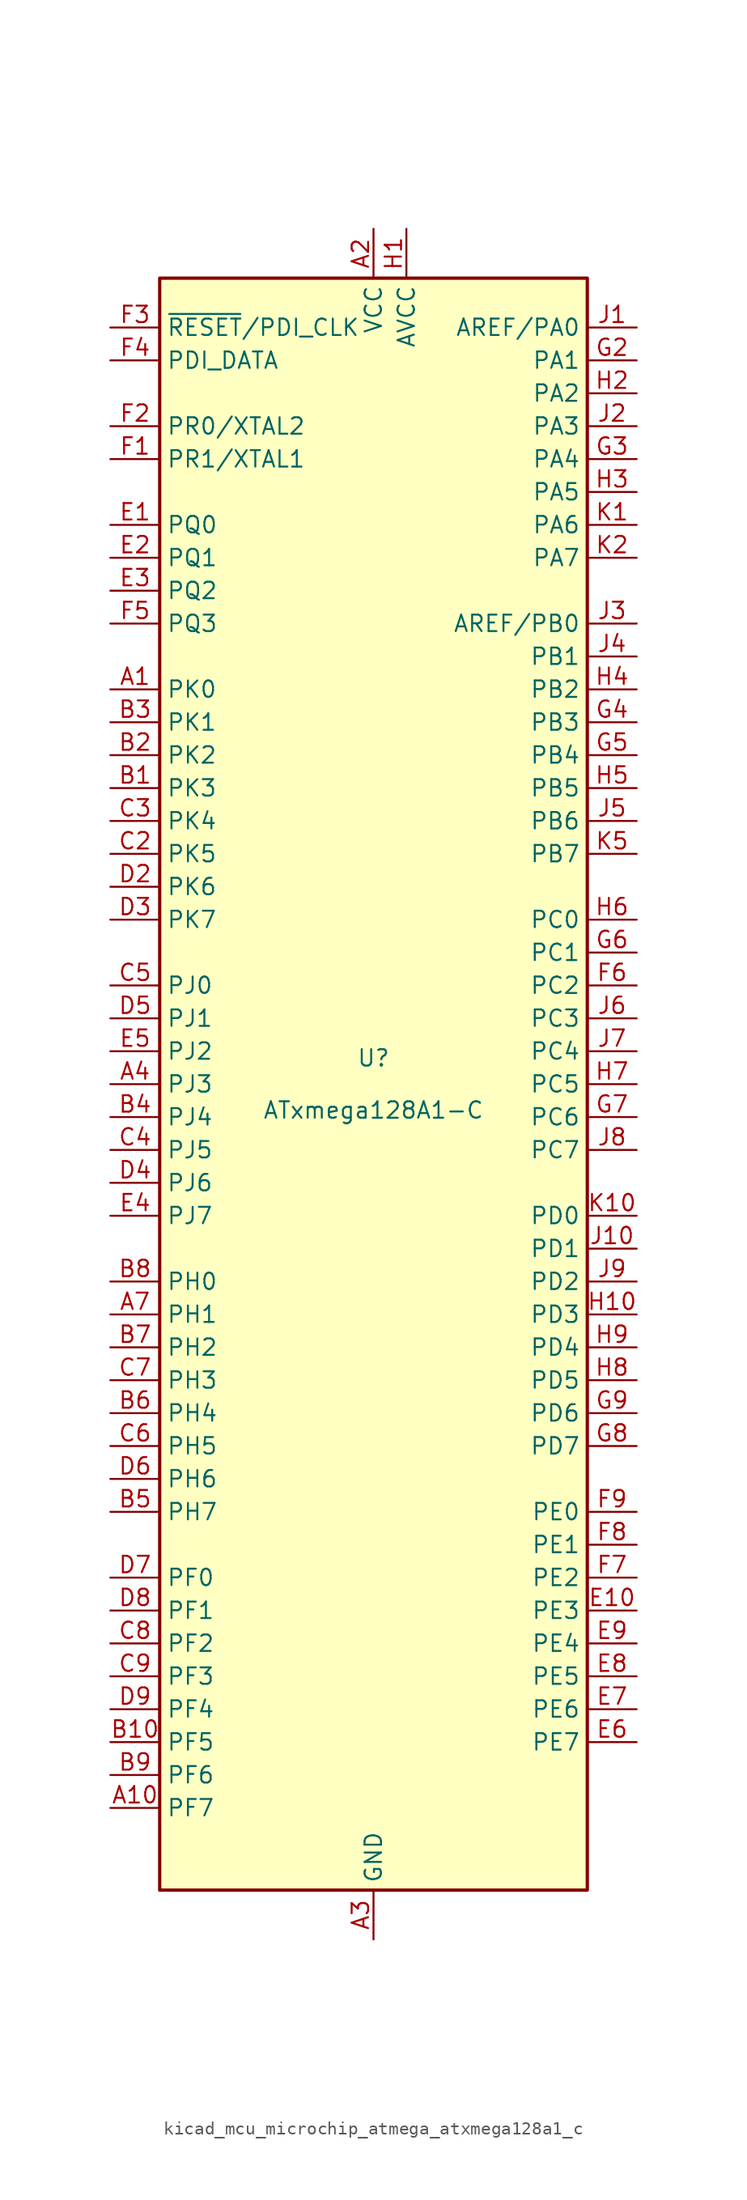
<source format=kicad_sym>
(kicad_symbol_lib
  (version 20220914)
  (generator kicad_symbol_editor)
  (symbol "kicad_mcu_microchip_atmega_atxmega128a1_c"
    (property "Reference" "U"
      (at 0 1.27 0)
      (effects (font (size 1.27 1.27)) (justify bottom)))
    (property "Value" "ATxmega128A1-C"
      (at 0 -1.27 0)
      (effects (font (size 1.27 1.27)) (justify top)))
    (symbol "kicad_mcu_microchip_atmega_atxmega128a1_c_0_1"
      (rectangle (start -16.51 -62.23) (end 16.51 62.23) (stroke (width 0.254) (type default)) (fill (type background))))
    (symbol "kicad_mcu_microchip_atmega_atxmega128a1_c_1_1"
      (pin bidirectional line (at -20.32 30.48 0) (length 3.81) (name "PK0" (effects (font (size 1.27 1.27)))) (number "A1" (effects (font (size 1.27 1.27)))))
      (pin bidirectional line (at -20.32 -55.88 0) (length 3.81) (name "PF7" (effects (font (size 1.27 1.27)))) (number "A10" (effects (font (size 1.27 1.27)))))
      (pin power_in line (at 0 66.04 270) (length 3.81) (name "VCC" (effects (font (size 1.27 1.27)))) (number "A2" (effects (font (size 1.27 1.27)))))
      (pin power_in line (at 0 -66.04 90) (length 3.81) (name "GND" (effects (font (size 1.27 1.27)))) (number "A3" (effects (font (size 1.27 1.27)))))
      (pin bidirectional line (at -20.32 0 0) (length 3.81) (name "PJ3" (effects (font (size 1.27 1.27)))) (number "A4" (effects (font (size 1.27 1.27)))))
      (pin passive line (at 0 66.04 270) (length 3.81) hide (name "VCC" (effects (font (size 1.27 1.27)))) (number "A5" (effects (font (size 1.27 1.27)))))
      (pin passive line (at 0 -66.04 90) (length 3.81) hide (name "GND" (effects (font (size 1.27 1.27)))) (number "A6" (effects (font (size 1.27 1.27)))))
      (pin bidirectional line (at -20.32 -17.78 0) (length 3.81) (name "PH1" (effects (font (size 1.27 1.27)))) (number "A7" (effects (font (size 1.27 1.27)))))
      (pin passive line (at 0 -66.04 90) (length 3.81) hide (name "GND" (effects (font (size 1.27 1.27)))) (number "A8" (effects (font (size 1.27 1.27)))))
      (pin passive line (at 0 66.04 270) (length 3.81) hide (name "VCC" (effects (font (size 1.27 1.27)))) (number "A9" (effects (font (size 1.27 1.27)))))
      (pin bidirectional line (at -20.32 22.86 0) (length 3.81) (name "PK3" (effects (font (size 1.27 1.27)))) (number "B1" (effects (font (size 1.27 1.27)))))
      (pin bidirectional line (at -20.32 -50.8 0) (length 3.81) (name "PF5" (effects (font (size 1.27 1.27)))) (number "B10" (effects (font (size 1.27 1.27)))))
      (pin bidirectional line (at -20.32 25.4 0) (length 3.81) (name "PK2" (effects (font (size 1.27 1.27)))) (number "B2" (effects (font (size 1.27 1.27)))))
      (pin bidirectional line (at -20.32 27.94 0) (length 3.81) (name "PK1" (effects (font (size 1.27 1.27)))) (number "B3" (effects (font (size 1.27 1.27)))))
      (pin bidirectional line (at -20.32 -2.54 0) (length 3.81) (name "PJ4" (effects (font (size 1.27 1.27)))) (number "B4" (effects (font (size 1.27 1.27)))))
      (pin bidirectional line (at -20.32 -33.02 0) (length 3.81) (name "PH7" (effects (font (size 1.27 1.27)))) (number "B5" (effects (font (size 1.27 1.27)))))
      (pin bidirectional line (at -20.32 -25.4 0) (length 3.81) (name "PH4" (effects (font (size 1.27 1.27)))) (number "B6" (effects (font (size 1.27 1.27)))))
      (pin bidirectional line (at -20.32 -20.32 0) (length 3.81) (name "PH2" (effects (font (size 1.27 1.27)))) (number "B7" (effects (font (size 1.27 1.27)))))
      (pin bidirectional line (at -20.32 -15.24 0) (length 3.81) (name "PH0" (effects (font (size 1.27 1.27)))) (number "B8" (effects (font (size 1.27 1.27)))))
      (pin bidirectional line (at -20.32 -53.34 0) (length 3.81) (name "PF6" (effects (font (size 1.27 1.27)))) (number "B9" (effects (font (size 1.27 1.27)))))
      (pin passive line (at 0 66.04 270) (length 3.81) hide (name "VCC" (effects (font (size 1.27 1.27)))) (number "C1" (effects (font (size 1.27 1.27)))))
      (pin passive line (at 0 66.04 270) (length 3.81) hide (name "VCC" (effects (font (size 1.27 1.27)))) (number "C10" (effects (font (size 1.27 1.27)))))
      (pin bidirectional line (at -20.32 17.78 0) (length 3.81) (name "PK5" (effects (font (size 1.27 1.27)))) (number "C2" (effects (font (size 1.27 1.27)))))
      (pin bidirectional line (at -20.32 20.32 0) (length 3.81) (name "PK4" (effects (font (size 1.27 1.27)))) (number "C3" (effects (font (size 1.27 1.27)))))
      (pin bidirectional line (at -20.32 -5.08 0) (length 3.81) (name "PJ5" (effects (font (size 1.27 1.27)))) (number "C4" (effects (font (size 1.27 1.27)))))
      (pin bidirectional line (at -20.32 7.62 0) (length 3.81) (name "PJ0" (effects (font (size 1.27 1.27)))) (number "C5" (effects (font (size 1.27 1.27)))))
      (pin bidirectional line (at -20.32 -27.94 0) (length 3.81) (name "PH5" (effects (font (size 1.27 1.27)))) (number "C6" (effects (font (size 1.27 1.27)))))
      (pin bidirectional line (at -20.32 -22.86 0) (length 3.81) (name "PH3" (effects (font (size 1.27 1.27)))) (number "C7" (effects (font (size 1.27 1.27)))))
      (pin bidirectional line (at -20.32 -43.18 0) (length 3.81) (name "PF2" (effects (font (size 1.27 1.27)))) (number "C8" (effects (font (size 1.27 1.27)))))
      (pin bidirectional line (at -20.32 -45.72 0) (length 3.81) (name "PF3" (effects (font (size 1.27 1.27)))) (number "C9" (effects (font (size 1.27 1.27)))))
      (pin passive line (at 0 -66.04 90) (length 3.81) hide (name "GND" (effects (font (size 1.27 1.27)))) (number "D1" (effects (font (size 1.27 1.27)))))
      (pin passive line (at 0 -66.04 90) (length 3.81) hide (name "GND" (effects (font (size 1.27 1.27)))) (number "D10" (effects (font (size 1.27 1.27)))))
      (pin bidirectional line (at -20.32 15.24 0) (length 3.81) (name "PK6" (effects (font (size 1.27 1.27)))) (number "D2" (effects (font (size 1.27 1.27)))))
      (pin bidirectional line (at -20.32 12.7 0) (length 3.81) (name "PK7" (effects (font (size 1.27 1.27)))) (number "D3" (effects (font (size 1.27 1.27)))))
      (pin bidirectional line (at -20.32 -7.62 0) (length 3.81) (name "PJ6" (effects (font (size 1.27 1.27)))) (number "D4" (effects (font (size 1.27 1.27)))))
      (pin bidirectional line (at -20.32 5.08 0) (length 3.81) (name "PJ1" (effects (font (size 1.27 1.27)))) (number "D5" (effects (font (size 1.27 1.27)))))
      (pin bidirectional line (at -20.32 -30.48 0) (length 3.81) (name "PH6" (effects (font (size 1.27 1.27)))) (number "D6" (effects (font (size 1.27 1.27)))))
      (pin bidirectional line (at -20.32 -38.1 0) (length 3.81) (name "PF0" (effects (font (size 1.27 1.27)))) (number "D7" (effects (font (size 1.27 1.27)))))
      (pin bidirectional line (at -20.32 -40.64 0) (length 3.81) (name "PF1" (effects (font (size 1.27 1.27)))) (number "D8" (effects (font (size 1.27 1.27)))))
      (pin bidirectional line (at -20.32 -48.26 0) (length 3.81) (name "PF4" (effects (font (size 1.27 1.27)))) (number "D9" (effects (font (size 1.27 1.27)))))
      (pin bidirectional line (at -20.32 43.18 0) (length 3.81) (name "PQ0" (effects (font (size 1.27 1.27)))) (number "E1" (effects (font (size 1.27 1.27)))))
      (pin bidirectional line (at 20.32 -40.64 180) (length 3.81) (name "PE3" (effects (font (size 1.27 1.27)))) (number "E10" (effects (font (size 1.27 1.27)))))
      (pin bidirectional line (at -20.32 40.64 0) (length 3.81) (name "PQ1" (effects (font (size 1.27 1.27)))) (number "E2" (effects (font (size 1.27 1.27)))))
      (pin bidirectional line (at -20.32 38.1 0) (length 3.81) (name "PQ2" (effects (font (size 1.27 1.27)))) (number "E3" (effects (font (size 1.27 1.27)))))
      (pin bidirectional line (at -20.32 -10.16 0) (length 3.81) (name "PJ7" (effects (font (size 1.27 1.27)))) (number "E4" (effects (font (size 1.27 1.27)))))
      (pin bidirectional line (at -20.32 2.54 0) (length 3.81) (name "PJ2" (effects (font (size 1.27 1.27)))) (number "E5" (effects (font (size 1.27 1.27)))))
      (pin bidirectional line (at 20.32 -50.8 180) (length 3.81) (name "PE7" (effects (font (size 1.27 1.27)))) (number "E6" (effects (font (size 1.27 1.27)))))
      (pin bidirectional line (at 20.32 -48.26 180) (length 3.81) (name "PE6" (effects (font (size 1.27 1.27)))) (number "E7" (effects (font (size 1.27 1.27)))))
      (pin bidirectional line (at 20.32 -45.72 180) (length 3.81) (name "PE5" (effects (font (size 1.27 1.27)))) (number "E8" (effects (font (size 1.27 1.27)))))
      (pin bidirectional line (at 20.32 -43.18 180) (length 3.81) (name "PE4" (effects (font (size 1.27 1.27)))) (number "E9" (effects (font (size 1.27 1.27)))))
      (pin bidirectional line (at -20.32 48.26 0) (length 3.81) (name "PR1/XTAL1" (effects (font (size 1.27 1.27)))) (number "F1" (effects (font (size 1.27 1.27)))))
      (pin passive line (at 0 66.04 270) (length 3.81) hide (name "VCC" (effects (font (size 1.27 1.27)))) (number "F10" (effects (font (size 1.27 1.27)))))
      (pin bidirectional line (at -20.32 50.8 0) (length 3.81) (name "PR0/XTAL2" (effects (font (size 1.27 1.27)))) (number "F2" (effects (font (size 1.27 1.27)))))
      (pin input line (at -20.32 58.42 0) (length 3.81) (name "~{RESET}/PDI_CLK" (effects (font (size 1.27 1.27)))) (number "F3" (effects (font (size 1.27 1.27)))))
      (pin bidirectional line (at -20.32 55.88 0) (length 3.81) (name "PDI_DATA" (effects (font (size 1.27 1.27)))) (number "F4" (effects (font (size 1.27 1.27)))))
      (pin bidirectional line (at -20.32 35.56 0) (length 3.81) (name "PQ3" (effects (font (size 1.27 1.27)))) (number "F5" (effects (font (size 1.27 1.27)))))
      (pin bidirectional line (at 20.32 7.62 180) (length 3.81) (name "PC2" (effects (font (size 1.27 1.27)))) (number "F6" (effects (font (size 1.27 1.27)))))
      (pin bidirectional line (at 20.32 -38.1 180) (length 3.81) (name "PE2" (effects (font (size 1.27 1.27)))) (number "F7" (effects (font (size 1.27 1.27)))))
      (pin bidirectional line (at 20.32 -35.56 180) (length 3.81) (name "PE1" (effects (font (size 1.27 1.27)))) (number "F8" (effects (font (size 1.27 1.27)))))
      (pin bidirectional line (at 20.32 -33.02 180) (length 3.81) (name "PE0" (effects (font (size 1.27 1.27)))) (number "F9" (effects (font (size 1.27 1.27)))))
      (pin passive line (at 0 -66.04 90) (length 3.81) hide (name "GND" (effects (font (size 1.27 1.27)))) (number "G1" (effects (font (size 1.27 1.27)))))
      (pin passive line (at 0 -66.04 90) (length 3.81) hide (name "GND" (effects (font (size 1.27 1.27)))) (number "G10" (effects (font (size 1.27 1.27)))))
      (pin bidirectional line (at 20.32 55.88 180) (length 3.81) (name "PA1" (effects (font (size 1.27 1.27)))) (number "G2" (effects (font (size 1.27 1.27)))))
      (pin bidirectional line (at 20.32 48.26 180) (length 3.81) (name "PA4" (effects (font (size 1.27 1.27)))) (number "G3" (effects (font (size 1.27 1.27)))))
      (pin bidirectional line (at 20.32 27.94 180) (length 3.81) (name "PB3" (effects (font (size 1.27 1.27)))) (number "G4" (effects (font (size 1.27 1.27)))))
      (pin bidirectional line (at 20.32 25.4 180) (length 3.81) (name "PB4" (effects (font (size 1.27 1.27)))) (number "G5" (effects (font (size 1.27 1.27)))))
      (pin bidirectional line (at 20.32 10.16 180) (length 3.81) (name "PC1" (effects (font (size 1.27 1.27)))) (number "G6" (effects (font (size 1.27 1.27)))))
      (pin bidirectional line (at 20.32 -2.54 180) (length 3.81) (name "PC6" (effects (font (size 1.27 1.27)))) (number "G7" (effects (font (size 1.27 1.27)))))
      (pin bidirectional line (at 20.32 -27.94 180) (length 3.81) (name "PD7" (effects (font (size 1.27 1.27)))) (number "G8" (effects (font (size 1.27 1.27)))))
      (pin bidirectional line (at 20.32 -25.4 180) (length 3.81) (name "PD6" (effects (font (size 1.27 1.27)))) (number "G9" (effects (font (size 1.27 1.27)))))
      (pin power_in line (at 2.54 66.04 270) (length 3.81) (name "AVCC" (effects (font (size 1.27 1.27)))) (number "H1" (effects (font (size 1.27 1.27)))))
      (pin bidirectional line (at 20.32 -17.78 180) (length 3.81) (name "PD3" (effects (font (size 1.27 1.27)))) (number "H10" (effects (font (size 1.27 1.27)))))
      (pin bidirectional line (at 20.32 53.34 180) (length 3.81) (name "PA2" (effects (font (size 1.27 1.27)))) (number "H2" (effects (font (size 1.27 1.27)))))
      (pin bidirectional line (at 20.32 45.72 180) (length 3.81) (name "PA5" (effects (font (size 1.27 1.27)))) (number "H3" (effects (font (size 1.27 1.27)))))
      (pin bidirectional line (at 20.32 30.48 180) (length 3.81) (name "PB2" (effects (font (size 1.27 1.27)))) (number "H4" (effects (font (size 1.27 1.27)))))
      (pin bidirectional line (at 20.32 22.86 180) (length 3.81) (name "PB5" (effects (font (size 1.27 1.27)))) (number "H5" (effects (font (size 1.27 1.27)))))
      (pin bidirectional line (at 20.32 12.7 180) (length 3.81) (name "PC0" (effects (font (size 1.27 1.27)))) (number "H6" (effects (font (size 1.27 1.27)))))
      (pin bidirectional line (at 20.32 0 180) (length 3.81) (name "PC5" (effects (font (size 1.27 1.27)))) (number "H7" (effects (font (size 1.27 1.27)))))
      (pin bidirectional line (at 20.32 -22.86 180) (length 3.81) (name "PD5" (effects (font (size 1.27 1.27)))) (number "H8" (effects (font (size 1.27 1.27)))))
      (pin bidirectional line (at 20.32 -20.32 180) (length 3.81) (name "PD4" (effects (font (size 1.27 1.27)))) (number "H9" (effects (font (size 1.27 1.27)))))
      (pin bidirectional line (at 20.32 58.42 180) (length 3.81) (name "AREF/PA0" (effects (font (size 1.27 1.27)))) (number "J1" (effects (font (size 1.27 1.27)))))
      (pin bidirectional line (at 20.32 -12.7 180) (length 3.81) (name "PD1" (effects (font (size 1.27 1.27)))) (number "J10" (effects (font (size 1.27 1.27)))))
      (pin bidirectional line (at 20.32 50.8 180) (length 3.81) (name "PA3" (effects (font (size 1.27 1.27)))) (number "J2" (effects (font (size 1.27 1.27)))))
      (pin bidirectional line (at 20.32 35.56 180) (length 3.81) (name "AREF/PB0" (effects (font (size 1.27 1.27)))) (number "J3" (effects (font (size 1.27 1.27)))))
      (pin bidirectional line (at 20.32 33.02 180) (length 3.81) (name "PB1" (effects (font (size 1.27 1.27)))) (number "J4" (effects (font (size 1.27 1.27)))))
      (pin bidirectional line (at 20.32 20.32 180) (length 3.81) (name "PB6" (effects (font (size 1.27 1.27)))) (number "J5" (effects (font (size 1.27 1.27)))))
      (pin bidirectional line (at 20.32 5.08 180) (length 3.81) (name "PC3" (effects (font (size 1.27 1.27)))) (number "J6" (effects (font (size 1.27 1.27)))))
      (pin bidirectional line (at 20.32 2.54 180) (length 3.81) (name "PC4" (effects (font (size 1.27 1.27)))) (number "J7" (effects (font (size 1.27 1.27)))))
      (pin bidirectional line (at 20.32 -5.08 180) (length 3.81) (name "PC7" (effects (font (size 1.27 1.27)))) (number "J8" (effects (font (size 1.27 1.27)))))
      (pin bidirectional line (at 20.32 -15.24 180) (length 3.81) (name "PD2" (effects (font (size 1.27 1.27)))) (number "J9" (effects (font (size 1.27 1.27)))))
      (pin bidirectional line (at 20.32 43.18 180) (length 3.81) (name "PA6" (effects (font (size 1.27 1.27)))) (number "K1" (effects (font (size 1.27 1.27)))))
      (pin bidirectional line (at 20.32 -10.16 180) (length 3.81) (name "PD0" (effects (font (size 1.27 1.27)))) (number "K10" (effects (font (size 1.27 1.27)))))
      (pin bidirectional line (at 20.32 40.64 180) (length 3.81) (name "PA7" (effects (font (size 1.27 1.27)))) (number "K2" (effects (font (size 1.27 1.27)))))
      (pin passive line (at 0 -66.04 90) (length 3.81) hide (name "GND" (effects (font (size 1.27 1.27)))) (number "K3" (effects (font (size 1.27 1.27)))))
      (pin passive line (at 2.54 66.04 270) (length 3.81) hide (name "AVCC" (effects (font (size 1.27 1.27)))) (number "K4" (effects (font (size 1.27 1.27)))))
      (pin bidirectional line (at 20.32 17.78 180) (length 3.81) (name "PB7" (effects (font (size 1.27 1.27)))) (number "K5" (effects (font (size 1.27 1.27)))))
      (pin passive line (at 0 66.04 270) (length 3.81) hide (name "VCC" (effects (font (size 1.27 1.27)))) (number "K6" (effects (font (size 1.27 1.27)))))
      (pin passive line (at 0 -66.04 90) (length 3.81) hide (name "GND" (effects (font (size 1.27 1.27)))) (number "K7" (effects (font (size 1.27 1.27)))))
      (pin passive line (at 0 66.04 270) (length 3.81) hide (name "VCC" (effects (font (size 1.27 1.27)))) (number "K8" (effects (font (size 1.27 1.27)))))
      (pin passive line (at 0 -66.04 90) (length 3.81) hide (name "GND" (effects (font (size 1.27 1.27)))) (number "K9" (effects (font (size 1.27 1.27))))))))
</source>
